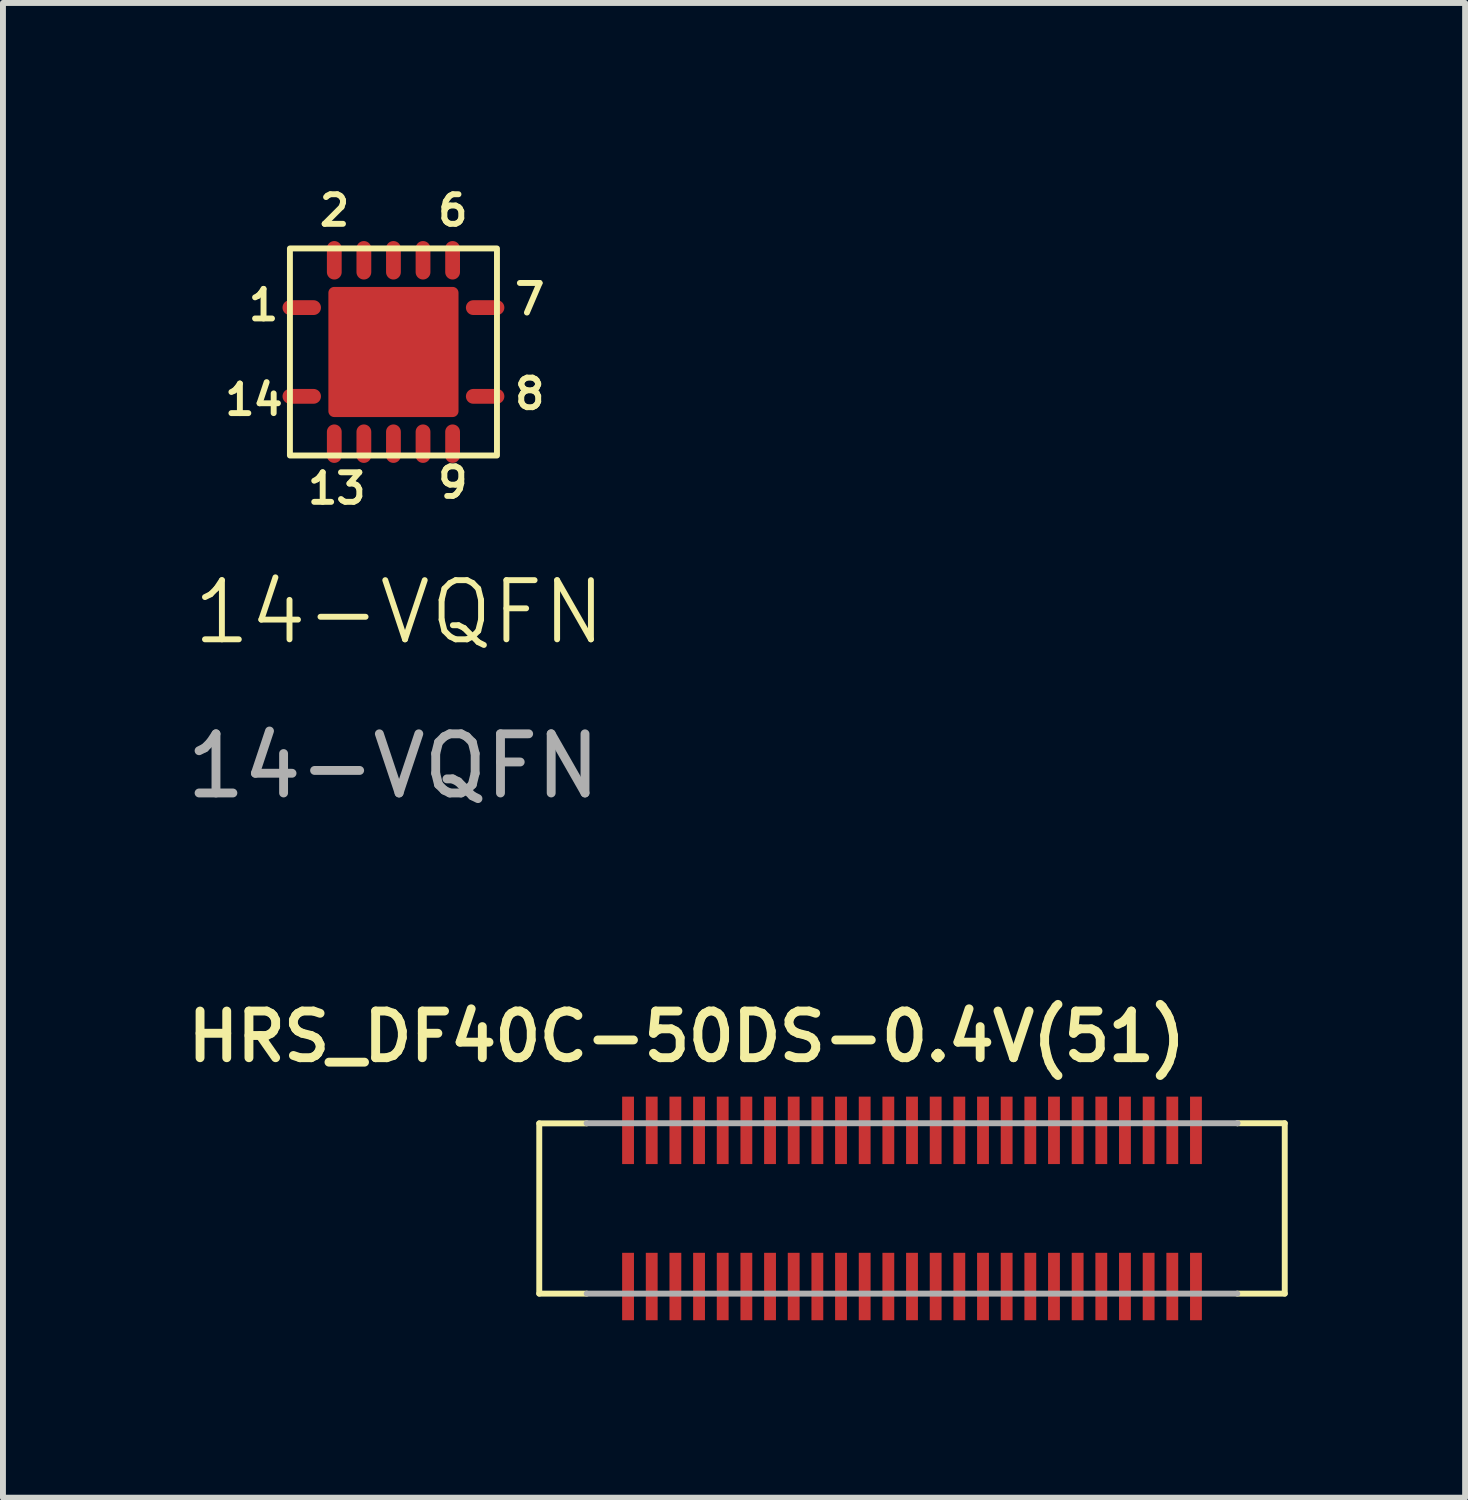
<source format=kicad_pcb>
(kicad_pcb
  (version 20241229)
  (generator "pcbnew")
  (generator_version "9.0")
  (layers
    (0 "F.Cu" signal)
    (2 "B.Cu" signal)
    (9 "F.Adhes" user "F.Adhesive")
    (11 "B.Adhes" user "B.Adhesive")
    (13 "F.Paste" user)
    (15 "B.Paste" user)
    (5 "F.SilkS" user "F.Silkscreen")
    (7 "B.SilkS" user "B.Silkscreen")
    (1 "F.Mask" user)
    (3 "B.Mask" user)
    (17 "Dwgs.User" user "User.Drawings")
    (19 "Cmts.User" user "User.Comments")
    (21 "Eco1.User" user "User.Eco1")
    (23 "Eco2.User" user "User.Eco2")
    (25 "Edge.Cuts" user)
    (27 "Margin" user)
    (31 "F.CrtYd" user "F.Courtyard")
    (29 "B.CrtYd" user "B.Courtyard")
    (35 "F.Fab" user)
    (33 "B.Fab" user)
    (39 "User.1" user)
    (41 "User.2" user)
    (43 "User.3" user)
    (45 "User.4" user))
  (footprint "14-VQFN"
    (layer "F.Cu")
    (at 3.601 2.9)
    (property "Reference" "14-VQFN" (at 0.1 4.4 0) (unlocked yes) (layer "F.SilkS") (effects (font (size 1 1) (thickness 0.1))))
    (attr smd)
    (fp_line (start -1.75 -0.75) (end -1.35 -0.75) (stroke (width 0.25) (type default)) (layer "F.Cu"))
    (fp_line (start -1.75 0.75) (end -1.35 0.75) (stroke (width 0.25) (type default)) (layer "F.Cu"))
    (fp_line (start -1 -1.75) (end -1 -1.35) (stroke (width 0.25) (type default)) (layer "F.Cu"))
    (fp_line (start -1 1.35) (end -1 1.75) (stroke (width 0.25) (type default)) (layer "F.Cu"))
    (fp_line (start -0.5 -1.75) (end -0.5 -1.35) (stroke (width 0.25) (type default)) (layer "F.Cu"))
    (fp_line (start -0.5 1.35) (end -0.5 1.75) (stroke (width 0.25) (type default)) (layer "F.Cu"))
    (fp_line (start 0 -1.75) (end 0 -1.35) (stroke (width 0.25) (type default)) (layer "F.Cu"))
    (fp_line (start 0 1.75) (end 0 1.35) (stroke (width 0.25) (type default)) (layer "F.Cu"))
    (fp_line (start 0.5 -1.75) (end 0.5 -1.35) (stroke (width 0.25) (type default)) (layer "F.Cu"))
    (fp_line (start 0.5 1.35) (end 0.5 1.75) (stroke (width 0.25) (type default)) (layer "F.Cu"))
    (fp_line (start 1 -1.75) (end 1 -1.35) (stroke (width 0.25) (type default)) (layer "F.Cu"))
    (fp_line (start 1 1.35) (end 1 1.75) (stroke (width 0.25) (type default)) (layer "F.Cu"))
    (fp_line (start 1.35 -0.75) (end 1.75 -0.75) (stroke (width 0.25) (type default)) (layer "F.Cu"))
    (fp_line (start 1.35 0.75) (end 1.75 0.75) (stroke (width 0.25) (type default)) (layer "F.Cu"))
    (fp_rect (start -1 -1) (end 1 1) (stroke (width 0.2) (type solid)) (fill yes) (layer "F.Cu"))
    (fp_rect (start -1.75 -1.75) (end 1.75 1.75) (stroke (width 0.1) (type default)) (fill no) (layer "F.SilkS"))
    (fp_rect (start -2 -2) (end 2 2) (stroke (width 0.1) (type default)) (fill no) (layer "Margin"))
    (fp_text user "2" (at -1.3 -2.1 0) (unlocked yes) (layer "F.SilkS") (effects (font (size 0.5 0.5) (thickness 0.1)) (justify left bottom)))
    (fp_text user "1" (at -2.5 -0.5 0) (unlocked yes) (layer "F.SilkS") (effects (font (size 0.5 0.5) (thickness 0.1)) (justify left bottom)))
    (fp_text user "7" (at 2 -0.6 0) (unlocked yes) (layer "F.SilkS") (effects (font (size 0.5 0.5) (thickness 0.1)) (justify left bottom)))
    (fp_text user "6" (at 0.7 -2.1 0) (unlocked yes) (layer "F.SilkS") (effects (font (size 0.5 0.5) (thickness 0.1)) (justify left bottom)))
    (fp_text user "13" (at -1.5 2.6 0) (unlocked yes) (layer "F.SilkS") (effects (font (size 0.5 0.5) (thickness 0.1)) (justify left bottom)))
    (fp_text user "14" (at -2.9 1.1 0) (unlocked yes) (layer "F.SilkS") (effects (font (size 0.5 0.5) (thickness 0.1)) (justify left bottom)))
    (fp_text user "9" (at 0.7 2.5 0) (unlocked yes) (layer "F.SilkS") (effects (font (size 0.5 0.5) (thickness 0.1)) (justify left bottom)))
    (fp_text user "8" (at 2 1 0) (unlocked yes) (layer "F.SilkS") (effects (font (size 0.5 0.5) (thickness 0.1)) (justify left bottom)))
    (fp_text user "${REFERENCE}" (at 0 7 0) (unlocked yes) (layer "F.Fab") (effects (font (size 1 1) (thickness 0.15)))))
  (footprint "HRS_DF40C-50DS-0.4V(51)"
    (layer "F.Cu")
    (at 12.367 17.378)
    (property "Reference" "HRS_DF40C-50DS-0.4V(51)" (at -3.807 -2.905 0) (layer "F.SilkS") (effects (font (size 0.789 0.789) (thickness 0.15))))
    (attr smd)
    (fp_line (start -6.301 -1.438) (end -6.301 1.44) (stroke (width 0.1) (type solid)) (layer "F.SilkS"))
    (fp_line (start -6.301 1.44) (end -5.499 1.44) (stroke (width 0.1) (type solid)) (layer "F.SilkS"))
    (fp_line (start -5.499 -1.438) (end -6.301 -1.438) (stroke (width 0.1) (type solid)) (layer "F.SilkS"))
    (fp_line (start 5.501 -1.44) (end 6.301 -1.44) (stroke (width 0.1) (type solid)) (layer "F.SilkS"))
    (fp_line (start 6.301 -1.44) (end 6.301 1.44) (stroke (width 0.1) (type solid)) (layer "F.SilkS"))
    (fp_line (start 6.301 1.44) (end 5.499 1.44) (stroke (width 0.1) (type solid)) (layer "F.SilkS"))
    (fp_line (start -5.501 -1.44) (end 5.501 -1.44) (stroke (width 0.1) (type solid)) (layer "F.Fab"))
    (fp_line (start -5.499 1.44) (end 5.499 1.44) (stroke (width 0.1) (type solid)) (layer "F.Fab"))
    (fp_line (start 5.501 -1.44) (end 5.501 -1.441) (stroke (width 0.1) (type solid)) (layer "F.Fab"))
    (pad "1" smd rect (at -4.8 1.32) (size 0.2 1.14) (layers "F.Cu" "F.Mask" "F.Paste"))
    (pad "2" smd rect (at -4.8 -1.32) (size 0.2 1.14) (layers "F.Cu" "F.Mask" "F.Paste"))
    (pad "3" smd rect (at -4.4 1.32) (size 0.2 1.14) (layers "F.Cu" "F.Mask" "F.Paste"))
    (pad "4" smd rect (at -4.4 -1.32) (size 0.2 1.14) (layers "F.Cu" "F.Mask" "F.Paste"))
    (pad "5" smd rect (at -4 1.32) (size 0.2 1.14) (layers "F.Cu" "F.Mask" "F.Paste"))
    (pad "6" smd rect (at -4 -1.32) (size 0.2 1.14) (layers "F.Cu" "F.Mask" "F.Paste"))
    (pad "7" smd rect (at -3.6 1.32) (size 0.2 1.14) (layers "F.Cu" "F.Mask" "F.Paste"))
    (pad "8" smd rect (at -3.6 -1.32) (size 0.2 1.14) (layers "F.Cu" "F.Mask" "F.Paste"))
    (pad "9" smd rect (at -3.2 1.32) (size 0.2 1.14) (layers "F.Cu" "F.Mask" "F.Paste"))
    (pad "10" smd rect (at -3.2 -1.32) (size 0.2 1.14) (layers "F.Cu" "F.Mask" "F.Paste"))
    (pad "11" smd rect (at -2.8 1.32) (size 0.2 1.14) (layers "F.Cu" "F.Mask" "F.Paste"))
    (pad "12" smd rect (at -2.8 -1.32) (size 0.2 1.14) (layers "F.Cu" "F.Mask" "F.Paste"))
    (pad "13" smd rect (at -2.4 1.32) (size 0.2 1.14) (layers "F.Cu" "F.Mask" "F.Paste"))
    (pad "14" smd rect (at -2.4 -1.32) (size 0.2 1.14) (layers "F.Cu" "F.Mask" "F.Paste"))
    (pad "15" smd rect (at -2 1.32) (size 0.2 1.14) (layers "F.Cu" "F.Mask" "F.Paste"))
    (pad "16" smd rect (at -2 -1.32) (size 0.2 1.14) (layers "F.Cu" "F.Mask" "F.Paste"))
    (pad "17" smd rect (at -1.6 1.32) (size 0.2 1.14) (layers "F.Cu" "F.Mask" "F.Paste"))
    (pad "18" smd rect (at -1.6 -1.32) (size 0.2 1.14) (layers "F.Cu" "F.Mask" "F.Paste"))
    (pad "19" smd rect (at -1.2 1.32) (size 0.2 1.14) (layers "F.Cu" "F.Mask" "F.Paste"))
    (pad "20" smd rect (at -1.2 -1.32) (size 0.2 1.14) (layers "F.Cu" "F.Mask" "F.Paste"))
    (pad "21" smd rect (at -0.8 1.32) (size 0.2 1.14) (layers "F.Cu" "F.Mask" "F.Paste"))
    (pad "22" smd rect (at -0.8 -1.32) (size 0.2 1.14) (layers "F.Cu" "F.Mask" "F.Paste"))
    (pad "23" smd rect (at -0.4 1.32) (size 0.2 1.14) (layers "F.Cu" "F.Mask" "F.Paste"))
    (pad "24" smd rect (at -0.4 -1.32) (size 0.2 1.14) (layers "F.Cu" "F.Mask" "F.Paste"))
    (pad "25" smd rect (at 0 1.32) (size 0.2 1.14) (layers "F.Cu" "F.Mask" "F.Paste"))
    (pad "26" smd rect (at 0 -1.32) (size 0.2 1.14) (layers "F.Cu" "F.Mask" "F.Paste"))
    (pad "27" smd rect (at 0.4 1.32) (size 0.2 1.14) (layers "F.Cu" "F.Mask" "F.Paste"))
    (pad "28" smd rect (at 0.4 -1.32) (size 0.2 1.14) (layers "F.Cu" "F.Mask" "F.Paste"))
    (pad "29" smd rect (at 0.8 1.32) (size 0.2 1.14) (layers "F.Cu" "F.Mask" "F.Paste"))
    (pad "30" smd rect (at 0.8 -1.32) (size 0.2 1.14) (layers "F.Cu" "F.Mask" "F.Paste"))
    (pad "31" smd rect (at 1.2 1.32) (size 0.2 1.14) (layers "F.Cu" "F.Mask" "F.Paste"))
    (pad "32" smd rect (at 1.2 -1.32) (size 0.2 1.14) (layers "F.Cu" "F.Mask" "F.Paste"))
    (pad "33" smd rect (at 1.6 1.32) (size 0.2 1.14) (layers "F.Cu" "F.Mask" "F.Paste"))
    (pad "34" smd rect (at 1.6 -1.32) (size 0.2 1.14) (layers "F.Cu" "F.Mask" "F.Paste"))
    (pad "35" smd rect (at 2 1.32) (size 0.2 1.14) (layers "F.Cu" "F.Mask" "F.Paste"))
    (pad "36" smd rect (at 2 -1.32) (size 0.2 1.14) (layers "F.Cu" "F.Mask" "F.Paste"))
    (pad "37" smd rect (at 2.4 1.32) (size 0.2 1.14) (layers "F.Cu" "F.Mask" "F.Paste"))
    (pad "38" smd rect (at 2.4 -1.32) (size 0.2 1.14) (layers "F.Cu" "F.Mask" "F.Paste"))
    (pad "39" smd rect (at 2.8 1.32) (size 0.2 1.14) (layers "F.Cu" "F.Mask" "F.Paste"))
    (pad "40" smd rect (at 2.8 -1.32) (size 0.2 1.14) (layers "F.Cu" "F.Mask" "F.Paste"))
    (pad "41" smd rect (at 3.2 1.32) (size 0.2 1.14) (layers "F.Cu" "F.Mask" "F.Paste"))
    (pad "42" smd rect (at 3.2 -1.32) (size 0.2 1.14) (layers "F.Cu" "F.Mask" "F.Paste"))
    (pad "43" smd rect (at 3.6 1.32) (size 0.2 1.14) (layers "F.Cu" "F.Mask" "F.Paste"))
    (pad "44" smd rect (at 3.6 -1.32) (size 0.2 1.14) (layers "F.Cu" "F.Mask" "F.Paste"))
    (pad "45" smd rect (at 4 1.32) (size 0.2 1.14) (layers "F.Cu" "F.Mask" "F.Paste"))
    (pad "46" smd rect (at 4 -1.32) (size 0.2 1.14) (layers "F.Cu" "F.Mask" "F.Paste"))
    (pad "47" smd rect (at 4.4 1.32) (size 0.2 1.14) (layers "F.Cu" "F.Mask" "F.Paste"))
    (pad "48" smd rect (at 4.4 -1.32) (size 0.2 1.14) (layers "F.Cu" "F.Mask" "F.Paste"))
    (pad "49" smd rect (at 4.8 1.32) (size 0.2 1.14) (layers "F.Cu" "F.Mask" "F.Paste"))
    (pad "50" smd rect (at 4.8 -1.32) (size 0.2 1.14) (layers "F.Cu" "F.Mask" "F.Paste")))
  (gr_rect
    (start -3 -3)
    (end 21.717 22.268)
    (stroke (width 0.1) (type default))
    (fill no)
    (layer "Edge.Cuts")))
</source>
